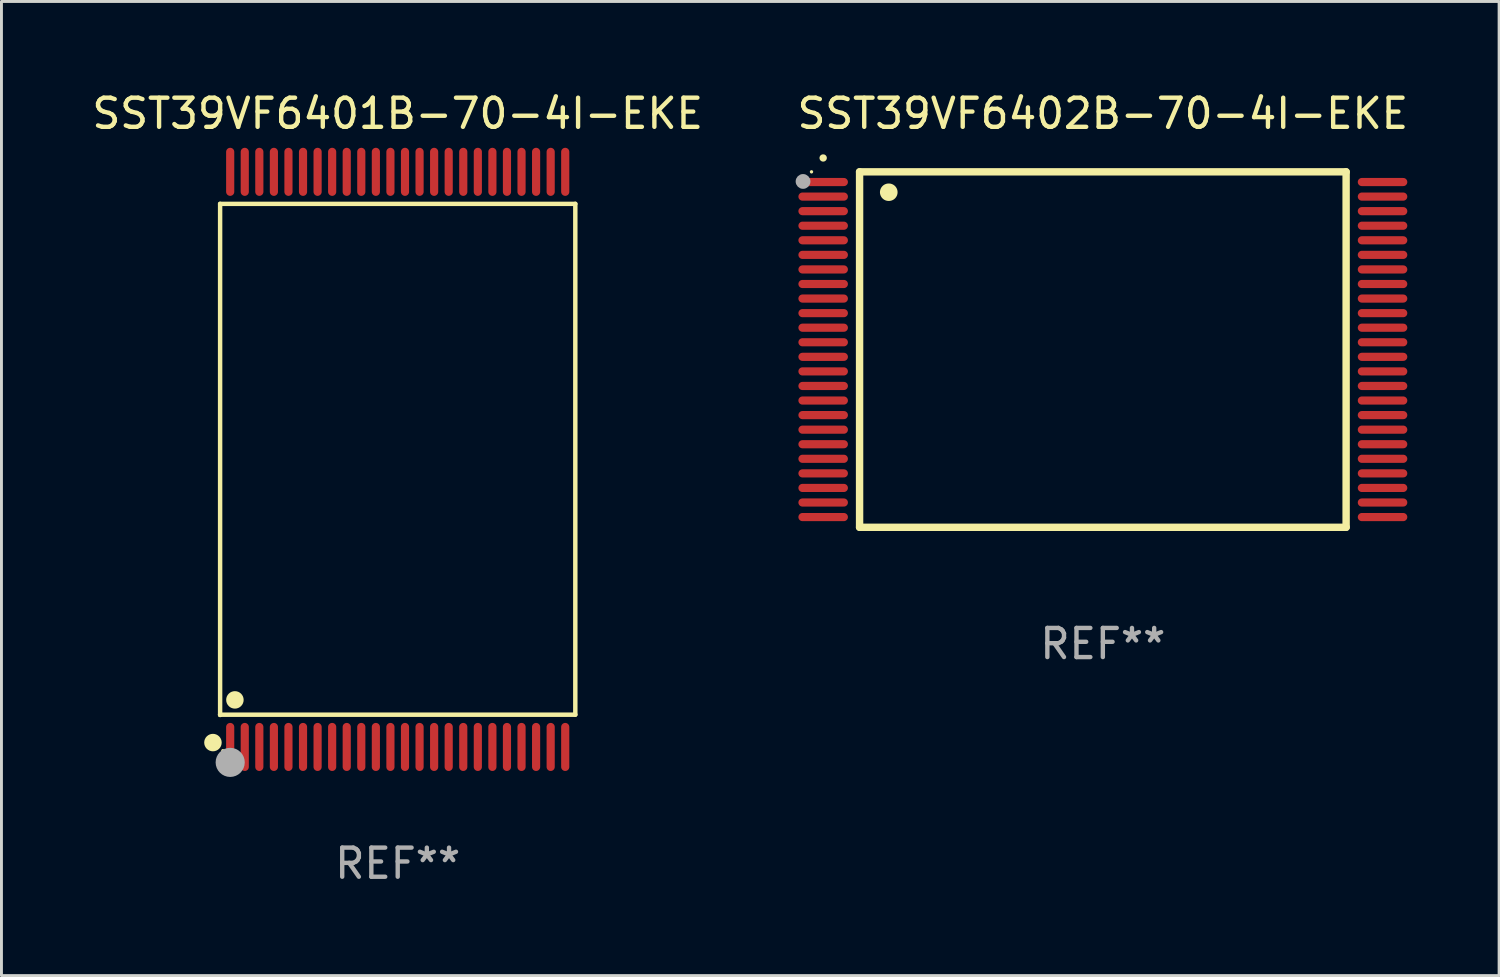
<source format=kicad_pcb>
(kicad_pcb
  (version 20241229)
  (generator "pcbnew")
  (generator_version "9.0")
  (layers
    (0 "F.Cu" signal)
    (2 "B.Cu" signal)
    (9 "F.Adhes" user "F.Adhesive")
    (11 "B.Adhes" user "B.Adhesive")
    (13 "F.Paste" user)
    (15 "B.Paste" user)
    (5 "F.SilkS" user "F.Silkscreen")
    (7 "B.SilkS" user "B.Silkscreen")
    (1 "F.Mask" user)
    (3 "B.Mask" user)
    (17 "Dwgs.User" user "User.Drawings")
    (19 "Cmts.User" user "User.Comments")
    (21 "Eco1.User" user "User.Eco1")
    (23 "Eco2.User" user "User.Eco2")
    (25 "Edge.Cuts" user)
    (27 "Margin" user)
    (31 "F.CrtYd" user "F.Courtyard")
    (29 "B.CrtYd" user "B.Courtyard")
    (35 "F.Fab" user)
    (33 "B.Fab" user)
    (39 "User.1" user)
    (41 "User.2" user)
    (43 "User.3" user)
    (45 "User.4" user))
  (footprint "SST39VF6402B-70-4I-EKE"
    (layer "F.Cu")
    (at 34.804 8.948)
    (property "Reference" "SST39VF6402B-70-4I-EKE" (at 0 -8.1 0) (layer "F.SilkS") (effects (font (size 1 1) (thickness 0.15))))
    (attr through_hole)
    (fp_line (start -8.35 -6.1) (end 8.35 -6.1) (stroke (width 0.254) (type solid)) (layer "F.SilkS"))
    (fp_line (start -8.35 6.1) (end -8.35 -6.1) (stroke (width 0.254) (type solid)) (layer "F.SilkS"))
    (fp_line (start 8.35 -6.1) (end 8.35 6.1) (stroke (width 0.254) (type solid)) (layer "F.SilkS"))
    (fp_line (start 8.35 6.1) (end -8.35 6.1) (stroke (width 0.254) (type solid)) (layer "F.SilkS"))
    (fp_arc (start -9.601219 -6.57606) (mid -9.599949 -6.576066) (end -9.598679 -6.57606) (stroke (width 0.25) (type solid)) (layer "F.SilkS"))
    (fp_arc (start -7.350775 -5.400038) (mid -7.348235 -5.400049) (end -7.345695 -5.400038) (stroke (width 0.6) (type solid)) (layer "F.SilkS"))
    (fp_circle (center -10 -6.1) (end -9.97 -6.1) (stroke (width 0.06) (type solid)) (fill no) (layer "F.SilkS"))
    (fp_circle (center -10.29 -5.77) (end -10.163 -5.77) (stroke (width 0.254) (type solid)) (fill no) (layer "F.Fab"))
    (fp_text user "REF**" (at 0 10.1 0) (layer "F.Fab") (effects (font (size 1 1) (thickness 0.15))))
    (pad "1" smd oval (at -9.6 -5.75 90) (size 0.28 1.7) (layers "F.Cu" "F.Mask" "F.Paste"))
    (pad "2" smd oval (at -9.6 -5.25 90) (size 0.28 1.7) (layers "F.Cu" "F.Mask" "F.Paste"))
    (pad "3" smd oval (at -9.6 -4.75 90) (size 0.28 1.7) (layers "F.Cu" "F.Mask" "F.Paste"))
    (pad "4" smd oval (at -9.6 -4.25 90) (size 0.28 1.7) (layers "F.Cu" "F.Mask" "F.Paste"))
    (pad "5" smd oval (at -9.6 -3.75 90) (size 0.28 1.7) (layers "F.Cu" "F.Mask" "F.Paste"))
    (pad "6" smd oval (at -9.6 -3.25 90) (size 0.28 1.7) (layers "F.Cu" "F.Mask" "F.Paste"))
    (pad "7" smd oval (at -9.6 -2.75 90) (size 0.28 1.7) (layers "F.Cu" "F.Mask" "F.Paste"))
    (pad "8" smd oval (at -9.6 -2.25 90) (size 0.28 1.7) (layers "F.Cu" "F.Mask" "F.Paste"))
    (pad "9" smd oval (at -9.6 -1.75 90) (size 0.28 1.7) (layers "F.Cu" "F.Mask" "F.Paste"))
    (pad "10" smd oval (at -9.6 -1.25 90) (size 0.28 1.7) (layers "F.Cu" "F.Mask" "F.Paste"))
    (pad "11" smd oval (at -9.6 -0.75 90) (size 0.28 1.7) (layers "F.Cu" "F.Mask" "F.Paste"))
    (pad "12" smd oval (at -9.6 -0.25 90) (size 0.28 1.7) (layers "F.Cu" "F.Mask" "F.Paste"))
    (pad "13" smd oval (at -9.6 0.25 90) (size 0.28 1.7) (layers "F.Cu" "F.Mask" "F.Paste"))
    (pad "14" smd oval (at -9.6 0.75 90) (size 0.28 1.7) (layers "F.Cu" "F.Mask" "F.Paste"))
    (pad "15" smd oval (at -9.6 1.25 90) (size 0.28 1.7) (layers "F.Cu" "F.Mask" "F.Paste"))
    (pad "16" smd oval (at -9.6 1.75 90) (size 0.28 1.7) (layers "F.Cu" "F.Mask" "F.Paste"))
    (pad "17" smd oval (at -9.6 2.25 90) (size 0.28 1.7) (layers "F.Cu" "F.Mask" "F.Paste"))
    (pad "18" smd oval (at -9.6 2.75 90) (size 0.28 1.7) (layers "F.Cu" "F.Mask" "F.Paste"))
    (pad "19" smd oval (at -9.6 3.25 90) (size 0.28 1.7) (layers "F.Cu" "F.Mask" "F.Paste"))
    (pad "20" smd oval (at -9.6 3.75 90) (size 0.28 1.7) (layers "F.Cu" "F.Mask" "F.Paste"))
    (pad "21" smd oval (at -9.6 4.25 90) (size 0.28 1.7) (layers "F.Cu" "F.Mask" "F.Paste"))
    (pad "22" smd oval (at -9.6 4.75 90) (size 0.28 1.7) (layers "F.Cu" "F.Mask" "F.Paste"))
    (pad "23" smd oval (at -9.6 5.25 90) (size 0.28 1.7) (layers "F.Cu" "F.Mask" "F.Paste"))
    (pad "24" smd oval (at -9.6 5.75 90) (size 0.28 1.7) (layers "F.Cu" "F.Mask" "F.Paste"))
    (pad "25" smd oval (at 9.6 5.75 90) (size 0.28 1.7) (layers "F.Cu" "F.Mask" "F.Paste"))
    (pad "26" smd oval (at 9.6 5.25 90) (size 0.28 1.7) (layers "F.Cu" "F.Mask" "F.Paste"))
    (pad "27" smd oval (at 9.6 4.75 90) (size 0.28 1.7) (layers "F.Cu" "F.Mask" "F.Paste"))
    (pad "28" smd oval (at 9.6 4.25 90) (size 0.28 1.7) (layers "F.Cu" "F.Mask" "F.Paste"))
    (pad "29" smd oval (at 9.6 3.75 90) (size 0.28 1.7) (layers "F.Cu" "F.Mask" "F.Paste"))
    (pad "30" smd oval (at 9.6 3.25 90) (size 0.28 1.7) (layers "F.Cu" "F.Mask" "F.Paste"))
    (pad "31" smd oval (at 9.6 2.75 90) (size 0.28 1.7) (layers "F.Cu" "F.Mask" "F.Paste"))
    (pad "32" smd oval (at 9.6 2.25 90) (size 0.28 1.7) (layers "F.Cu" "F.Mask" "F.Paste"))
    (pad "33" smd oval (at 9.6 1.75 90) (size 0.28 1.7) (layers "F.Cu" "F.Mask" "F.Paste"))
    (pad "34" smd oval (at 9.6 1.25 90) (size 0.28 1.7) (layers "F.Cu" "F.Mask" "F.Paste"))
    (pad "35" smd oval (at 9.6 0.75 90) (size 0.28 1.7) (layers "F.Cu" "F.Mask" "F.Paste"))
    (pad "36" smd oval (at 9.6 0.25 90) (size 0.28 1.7) (layers "F.Cu" "F.Mask" "F.Paste"))
    (pad "37" smd oval (at 9.6 -0.25 90) (size 0.28 1.7) (layers "F.Cu" "F.Mask" "F.Paste"))
    (pad "38" smd oval (at 9.6 -0.75 90) (size 0.28 1.7) (layers "F.Cu" "F.Mask" "F.Paste"))
    (pad "39" smd oval (at 9.6 -1.25 90) (size 0.28 1.7) (layers "F.Cu" "F.Mask" "F.Paste"))
    (pad "40" smd oval (at 9.6 -1.75 90) (size 0.28 1.7) (layers "F.Cu" "F.Mask" "F.Paste"))
    (pad "41" smd oval (at 9.6 -2.25 90) (size 0.28 1.7) (layers "F.Cu" "F.Mask" "F.Paste"))
    (pad "42" smd oval (at 9.6 -2.75 90) (size 0.28 1.7) (layers "F.Cu" "F.Mask" "F.Paste"))
    (pad "43" smd oval (at 9.6 -3.25 90) (size 0.28 1.7) (layers "F.Cu" "F.Mask" "F.Paste"))
    (pad "44" smd oval (at 9.6 -3.75 90) (size 0.28 1.7) (layers "F.Cu" "F.Mask" "F.Paste"))
    (pad "45" smd oval (at 9.6 -4.25 90) (size 0.28 1.7) (layers "F.Cu" "F.Mask" "F.Paste"))
    (pad "46" smd oval (at 9.6 -4.75 90) (size 0.28 1.7) (layers "F.Cu" "F.Mask" "F.Paste"))
    (pad "47" smd oval (at 9.6 -5.25 90) (size 0.28 1.7) (layers "F.Cu" "F.Mask" "F.Paste"))
    (pad "48" smd oval (at 9.6 -5.75 90) (size 0.28 1.7) (layers "F.Cu" "F.Mask" "F.Paste")))
  (footprint "SST39VF6401B-70-4I-EKE"
    (layer "F.Cu")
    (at 10.601 12.718)
    (property "Reference" "SST39VF6401B-70-4I-EKE" (at 0 -11.87 0) (layer "F.SilkS") (effects (font (size 1 1) (thickness 0.15))))
    (attr through_hole)
    (fp_line (start -6.096 -8.771) (end 6.096 -8.771) (stroke (width 0.152) (type solid)) (layer "F.SilkS"))
    (fp_line (start -6.096 8.763) (end -6.096 8.771) (stroke (width 0.152) (type solid)) (layer "F.SilkS"))
    (fp_line (start -6.096 8.771) (end -6.096 -8.771) (stroke (width 0.152) (type solid)) (layer "F.SilkS"))
    (fp_line (start 6.096 -8.771) (end 6.096 8.763) (stroke (width 0.152) (type solid)) (layer "F.SilkS"))
    (fp_line (start 6.096 8.763) (end -6.096 8.763) (stroke (width 0.152) (type solid)) (layer "F.SilkS"))
    (fp_circle (center -6.342 9.72) (end -6.192 9.72) (stroke (width 0.3) (type solid)) (fill no) (layer "F.SilkS"))
    (fp_circle (center -6 10) (end -5.97 10) (stroke (width 0.06) (type solid)) (fill no) (layer "F.SilkS"))
    (fp_circle (center -5.588 8.255) (end -5.438 8.255) (stroke (width 0.3) (type solid)) (fill no) (layer "F.SilkS"))
    (fp_circle (center -5.75 10.4) (end -5.5 10.4) (stroke (width 0.5) (type solid)) (fill no) (layer "F.Fab"))
    (fp_text user "REF**" (at 0 13.87 0) (layer "F.Fab") (effects (font (size 1 1) (thickness 0.15))))
    (pad "1" smd oval (at -5.75 9.87) (size 0.28 1.65) (layers "F.Cu" "F.Mask" "F.Paste"))
    (pad "2" smd oval (at -5.25 9.87) (size 0.28 1.65) (layers "F.Cu" "F.Mask" "F.Paste"))
    (pad "3" smd oval (at -4.75 9.87) (size 0.28 1.65) (layers "F.Cu" "F.Mask" "F.Paste"))
    (pad "4" smd oval (at -4.25 9.87) (size 0.28 1.65) (layers "F.Cu" "F.Mask" "F.Paste"))
    (pad "5" smd oval (at -3.75 9.87) (size 0.28 1.65) (layers "F.Cu" "F.Mask" "F.Paste"))
    (pad "6" smd oval (at -3.25 9.87) (size 0.28 1.65) (layers "F.Cu" "F.Mask" "F.Paste"))
    (pad "7" smd oval (at -2.75 9.87) (size 0.28 1.65) (layers "F.Cu" "F.Mask" "F.Paste"))
    (pad "8" smd oval (at -2.25 9.87) (size 0.28 1.65) (layers "F.Cu" "F.Mask" "F.Paste"))
    (pad "9" smd oval (at -1.75 9.87) (size 0.28 1.65) (layers "F.Cu" "F.Mask" "F.Paste"))
    (pad "10" smd oval (at -1.25 9.87) (size 0.28 1.65) (layers "F.Cu" "F.Mask" "F.Paste"))
    (pad "11" smd oval (at -0.75 9.87) (size 0.28 1.65) (layers "F.Cu" "F.Mask" "F.Paste"))
    (pad "12" smd oval (at -0.25 9.87) (size 0.28 1.65) (layers "F.Cu" "F.Mask" "F.Paste"))
    (pad "13" smd oval (at 0.25 9.87) (size 0.28 1.65) (layers "F.Cu" "F.Mask" "F.Paste"))
    (pad "14" smd oval (at 0.75 9.87) (size 0.28 1.65) (layers "F.Cu" "F.Mask" "F.Paste"))
    (pad "15" smd oval (at 1.25 9.87) (size 0.28 1.65) (layers "F.Cu" "F.Mask" "F.Paste"))
    (pad "16" smd oval (at 1.75 9.87) (size 0.28 1.65) (layers "F.Cu" "F.Mask" "F.Paste"))
    (pad "17" smd oval (at 2.25 9.87) (size 0.28 1.65) (layers "F.Cu" "F.Mask" "F.Paste"))
    (pad "18" smd oval (at 2.75 9.87) (size 0.28 1.65) (layers "F.Cu" "F.Mask" "F.Paste"))
    (pad "19" smd oval (at 3.25 9.87) (size 0.28 1.65) (layers "F.Cu" "F.Mask" "F.Paste"))
    (pad "20" smd oval (at 3.75 9.87) (size 0.28 1.65) (layers "F.Cu" "F.Mask" "F.Paste"))
    (pad "21" smd oval (at 4.25 9.87) (size 0.28 1.65) (layers "F.Cu" "F.Mask" "F.Paste"))
    (pad "22" smd oval (at 4.75 9.87) (size 0.28 1.65) (layers "F.Cu" "F.Mask" "F.Paste"))
    (pad "23" smd oval (at 5.25 9.87) (size 0.28 1.65) (layers "F.Cu" "F.Mask" "F.Paste"))
    (pad "24" smd oval (at 5.75 9.87) (size 0.28 1.65) (layers "F.Cu" "F.Mask" "F.Paste"))
    (pad "25" smd oval (at 5.75 -9.87) (size 0.28 1.65) (layers "F.Cu" "F.Mask" "F.Paste"))
    (pad "26" smd oval (at 5.25 -9.87) (size 0.28 1.65) (layers "F.Cu" "F.Mask" "F.Paste"))
    (pad "27" smd oval (at 4.75 -9.87) (size 0.28 1.65) (layers "F.Cu" "F.Mask" "F.Paste"))
    (pad "28" smd oval (at 4.25 -9.87) (size 0.28 1.65) (layers "F.Cu" "F.Mask" "F.Paste"))
    (pad "29" smd oval (at 3.75 -9.87) (size 0.28 1.65) (layers "F.Cu" "F.Mask" "F.Paste"))
    (pad "30" smd oval (at 3.25 -9.87) (size 0.28 1.65) (layers "F.Cu" "F.Mask" "F.Paste"))
    (pad "31" smd oval (at 2.75 -9.87) (size 0.28 1.65) (layers "F.Cu" "F.Mask" "F.Paste"))
    (pad "32" smd oval (at 2.25 -9.87) (size 0.28 1.65) (layers "F.Cu" "F.Mask" "F.Paste"))
    (pad "33" smd oval (at 1.75 -9.87) (size 0.28 1.65) (layers "F.Cu" "F.Mask" "F.Paste"))
    (pad "34" smd oval (at 1.25 -9.87) (size 0.28 1.65) (layers "F.Cu" "F.Mask" "F.Paste"))
    (pad "35" smd oval (at 0.75 -9.87) (size 0.28 1.65) (layers "F.Cu" "F.Mask" "F.Paste"))
    (pad "36" smd oval (at 0.25 -9.87) (size 0.28 1.65) (layers "F.Cu" "F.Mask" "F.Paste"))
    (pad "37" smd oval (at -0.25 -9.87) (size 0.28 1.65) (layers "F.Cu" "F.Mask" "F.Paste"))
    (pad "38" smd oval (at -0.75 -9.87) (size 0.28 1.65) (layers "F.Cu" "F.Mask" "F.Paste"))
    (pad "39" smd oval (at -1.25 -9.87) (size 0.28 1.65) (layers "F.Cu" "F.Mask" "F.Paste"))
    (pad "40" smd oval (at -1.75 -9.87) (size 0.28 1.65) (layers "F.Cu" "F.Mask" "F.Paste"))
    (pad "41" smd oval (at -2.25 -9.87) (size 0.28 1.65) (layers "F.Cu" "F.Mask" "F.Paste"))
    (pad "42" smd oval (at -2.75 -9.87) (size 0.28 1.65) (layers "F.Cu" "F.Mask" "F.Paste"))
    (pad "43" smd oval (at -3.25 -9.87) (size 0.28 1.65) (layers "F.Cu" "F.Mask" "F.Paste"))
    (pad "44" smd oval (at -3.75 -9.87) (size 0.28 1.65) (layers "F.Cu" "F.Mask" "F.Paste"))
    (pad "45" smd oval (at -4.25 -9.87) (size 0.28 1.65) (layers "F.Cu" "F.Mask" "F.Paste"))
    (pad "46" smd oval (at -4.75 -9.87) (size 0.28 1.65) (layers "F.Cu" "F.Mask" "F.Paste"))
    (pad "47" smd oval (at -5.25 -9.87) (size 0.28 1.65) (layers "F.Cu" "F.Mask" "F.Paste"))
    (pad "48" smd oval (at -5.75 -9.87) (size 0.28 1.65) (layers "F.Cu" "F.Mask" "F.Paste")))
  (gr_rect
    (start -3 -3)
    (end 48.405 30.437)
    (stroke (width 0.1) (type default))
    (fill no)
    (layer "Edge.Cuts")))
</source>
